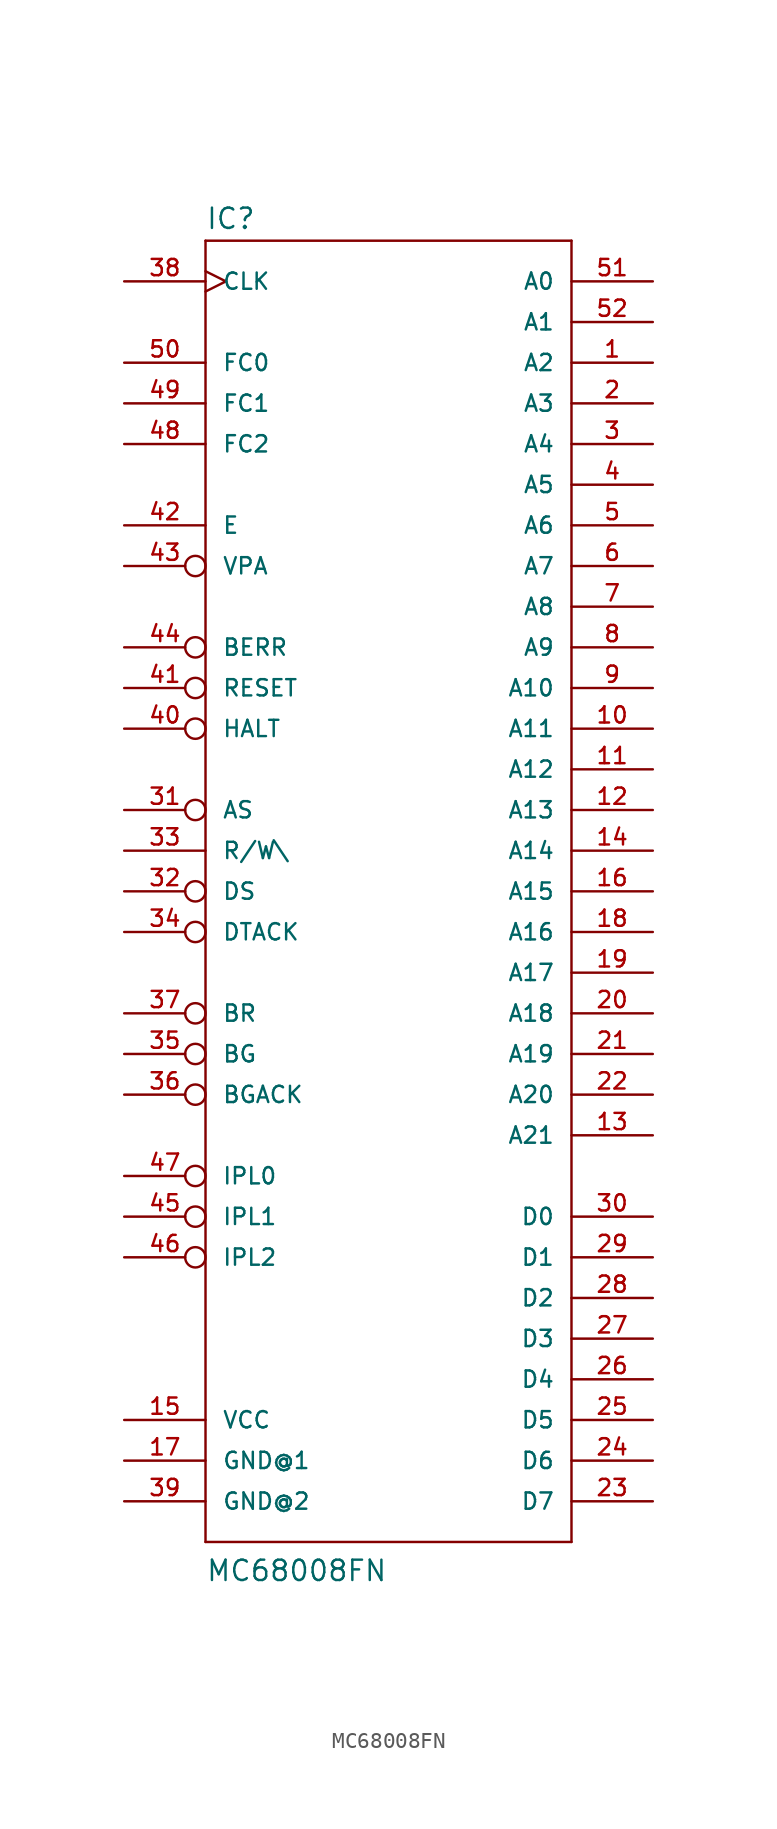
<source format=kicad_sym>
(kicad_symbol_lib
  (version 20220914)
  (generator kicad_symbol_editor)
  (symbol "MC68008FN"
    (pin_names
      (offset 1.016))
    (property "Reference" "IC"
      (at -15.24 41.275 0)
      (effects (font (size 1.27 1.27)) (justify left bottom)))
    (property "Value" "MC68008FN"
      (at -15.24 -43.18 0)
      (effects (font (size 1.27 1.27)) (justify left bottom)))
    (property "Footprint" ""
      (at 0 0 0)
      (effects (font (size 1.524 1.524))))
    (property "Datasheet" ""
      (at 0 0 0)
      (effects (font (size 1.524 1.524))))
    (property "ki_locked" ""
      (at 0 0 0)
      (effects (font (size 1.27 1.27))))
    (symbol "MC68008FN_1_0"
      (polyline (pts (xy -15.24 -40.64) (xy 7.62 -40.64)) (stroke (width 0) (type solid)) (fill (type none)))
      (polyline (pts (xy -15.24 40.64) (xy -15.24 -40.64)) (stroke (width 0) (type solid)) (fill (type none)))
      (polyline (pts (xy 7.62 -40.64) (xy 7.62 40.64)) (stroke (width 0) (type solid)) (fill (type none)))
      (polyline (pts (xy 7.62 40.64) (xy -15.24 40.64)) (stroke (width 0) (type solid)) (fill (type none))))
    (symbol "MC68008FN_1_1"
      (pin output line (at 12.7 33.02 180) (length 5.08) (name "A2" (effects (font (size 1.016 1.016)))) (number "1" (effects (font (size 1.016 1.016)))))
      (pin output line (at 12.7 10.16 180) (length 5.08) (name "A11" (effects (font (size 1.016 1.016)))) (number "10" (effects (font (size 1.016 1.016)))))
      (pin output line (at 12.7 7.62 180) (length 5.08) (name "A12" (effects (font (size 1.016 1.016)))) (number "11" (effects (font (size 1.016 1.016)))))
      (pin output line (at 12.7 5.08 180) (length 5.08) (name "A13" (effects (font (size 1.016 1.016)))) (number "12" (effects (font (size 1.016 1.016)))))
      (pin output line (at 12.7 -15.24 180) (length 5.08) (name "A21" (effects (font (size 1.016 1.016)))) (number "13" (effects (font (size 1.016 1.016)))))
      (pin output line (at 12.7 2.54 180) (length 5.08) (name "A14" (effects (font (size 1.016 1.016)))) (number "14" (effects (font (size 1.016 1.016)))))
      (pin power_in line (at -20.32 -33.02 0) (length 5.08) (name "VCC" (effects (font (size 1.016 1.016)))) (number "15" (effects (font (size 1.016 1.016)))))
      (pin output line (at 12.7 0 180) (length 5.08) (name "A15" (effects (font (size 1.016 1.016)))) (number "16" (effects (font (size 1.016 1.016)))))
      (pin power_in line (at -20.32 -35.56 0) (length 5.08) (name "GND@1" (effects (font (size 1.016 1.016)))) (number "17" (effects (font (size 1.016 1.016)))))
      (pin output line (at 12.7 -2.54 180) (length 5.08) (name "A16" (effects (font (size 1.016 1.016)))) (number "18" (effects (font (size 1.016 1.016)))))
      (pin output line (at 12.7 -5.08 180) (length 5.08) (name "A17" (effects (font (size 1.016 1.016)))) (number "19" (effects (font (size 1.016 1.016)))))
      (pin output line (at 12.7 30.48 180) (length 5.08) (name "A3" (effects (font (size 1.016 1.016)))) (number "2" (effects (font (size 1.016 1.016)))))
      (pin output line (at 12.7 -7.62 180) (length 5.08) (name "A18" (effects (font (size 1.016 1.016)))) (number "20" (effects (font (size 1.016 1.016)))))
      (pin output line (at 12.7 -10.16 180) (length 5.08) (name "A19" (effects (font (size 1.016 1.016)))) (number "21" (effects (font (size 1.016 1.016)))))
      (pin output line (at 12.7 -12.7 180) (length 5.08) (name "A20" (effects (font (size 1.016 1.016)))) (number "22" (effects (font (size 1.016 1.016)))))
      (pin bidirectional line (at 12.7 -38.1 180) (length 5.08) (name "D7" (effects (font (size 1.016 1.016)))) (number "23" (effects (font (size 1.016 1.016)))))
      (pin bidirectional line (at 12.7 -35.56 180) (length 5.08) (name "D6" (effects (font (size 1.016 1.016)))) (number "24" (effects (font (size 1.016 1.016)))))
      (pin bidirectional line (at 12.7 -33.02 180) (length 5.08) (name "D5" (effects (font (size 1.016 1.016)))) (number "25" (effects (font (size 1.016 1.016)))))
      (pin bidirectional line (at 12.7 -30.48 180) (length 5.08) (name "D4" (effects (font (size 1.016 1.016)))) (number "26" (effects (font (size 1.016 1.016)))))
      (pin bidirectional line (at 12.7 -27.94 180) (length 5.08) (name "D3" (effects (font (size 1.016 1.016)))) (number "27" (effects (font (size 1.016 1.016)))))
      (pin bidirectional line (at 12.7 -25.4 180) (length 5.08) (name "D2" (effects (font (size 1.016 1.016)))) (number "28" (effects (font (size 1.016 1.016)))))
      (pin bidirectional line (at 12.7 -22.86 180) (length 5.08) (name "D1" (effects (font (size 1.016 1.016)))) (number "29" (effects (font (size 1.016 1.016)))))
      (pin output line (at 12.7 27.94 180) (length 5.08) (name "A4" (effects (font (size 1.016 1.016)))) (number "3" (effects (font (size 1.016 1.016)))))
      (pin bidirectional line (at 12.7 -20.32 180) (length 5.08) (name "D0" (effects (font (size 1.016 1.016)))) (number "30" (effects (font (size 1.016 1.016)))))
      (pin output inverted (at -20.32 5.08 0) (length 5.08) (name "AS" (effects (font (size 1.016 1.016)))) (number "31" (effects (font (size 1.016 1.016)))))
      (pin output inverted (at -20.32 0 0) (length 5.08) (name "DS" (effects (font (size 1.016 1.016)))) (number "32" (effects (font (size 1.016 1.016)))))
      (pin output line (at -20.32 2.54 0) (length 5.08) (name "R/W\\" (effects (font (size 1.016 1.016)))) (number "33" (effects (font (size 1.016 1.016)))))
      (pin input inverted (at -20.32 -2.54 0) (length 5.08) (name "DTACK" (effects (font (size 1.016 1.016)))) (number "34" (effects (font (size 1.016 1.016)))))
      (pin output inverted (at -20.32 -10.16 0) (length 5.08) (name "BG" (effects (font (size 1.016 1.016)))) (number "35" (effects (font (size 1.016 1.016)))))
      (pin input inverted (at -20.32 -12.7 0) (length 5.08) (name "BGACK" (effects (font (size 1.016 1.016)))) (number "36" (effects (font (size 1.016 1.016)))))
      (pin input inverted (at -20.32 -7.62 0) (length 5.08) (name "BR" (effects (font (size 1.016 1.016)))) (number "37" (effects (font (size 1.016 1.016)))))
      (pin input clock (at -20.32 38.1 0) (length 5.08) (name "CLK" (effects (font (size 1.016 1.016)))) (number "38" (effects (font (size 1.016 1.016)))))
      (pin power_in line (at -20.32 -38.1 0) (length 5.08) (name "GND@2" (effects (font (size 1.016 1.016)))) (number "39" (effects (font (size 1.016 1.016)))))
      (pin output line (at 12.7 25.4 180) (length 5.08) (name "A5" (effects (font (size 1.016 1.016)))) (number "4" (effects (font (size 1.016 1.016)))))
      (pin bidirectional inverted (at -20.32 10.16 0) (length 5.08) (name "HALT" (effects (font (size 1.016 1.016)))) (number "40" (effects (font (size 1.016 1.016)))))
      (pin bidirectional inverted (at -20.32 12.7 0) (length 5.08) (name "RESET" (effects (font (size 1.016 1.016)))) (number "41" (effects (font (size 1.016 1.016)))))
      (pin output line (at -20.32 22.86 0) (length 5.08) (name "E" (effects (font (size 1.016 1.016)))) (number "42" (effects (font (size 1.016 1.016)))))
      (pin input inverted (at -20.32 20.32 0) (length 5.08) (name "VPA" (effects (font (size 1.016 1.016)))) (number "43" (effects (font (size 1.016 1.016)))))
      (pin input inverted (at -20.32 15.24 0) (length 5.08) (name "BERR" (effects (font (size 1.016 1.016)))) (number "44" (effects (font (size 1.016 1.016)))))
      (pin input inverted (at -20.32 -20.32 0) (length 5.08) (name "IPL1" (effects (font (size 1.016 1.016)))) (number "45" (effects (font (size 1.016 1.016)))))
      (pin input inverted (at -20.32 -22.86 0) (length 5.08) (name "IPL2" (effects (font (size 1.016 1.016)))) (number "46" (effects (font (size 1.016 1.016)))))
      (pin input inverted (at -20.32 -17.78 0) (length 5.08) (name "IPL0" (effects (font (size 1.016 1.016)))) (number "47" (effects (font (size 1.016 1.016)))))
      (pin output line (at -20.32 27.94 0) (length 5.08) (name "FC2" (effects (font (size 1.016 1.016)))) (number "48" (effects (font (size 1.016 1.016)))))
      (pin output line (at -20.32 30.48 0) (length 5.08) (name "FC1" (effects (font (size 1.016 1.016)))) (number "49" (effects (font (size 1.016 1.016)))))
      (pin output line (at 12.7 22.86 180) (length 5.08) (name "A6" (effects (font (size 1.016 1.016)))) (number "5" (effects (font (size 1.016 1.016)))))
      (pin output line (at -20.32 33.02 0) (length 5.08) (name "FC0" (effects (font (size 1.016 1.016)))) (number "50" (effects (font (size 1.016 1.016)))))
      (pin output line (at 12.7 38.1 180) (length 5.08) (name "A0" (effects (font (size 1.016 1.016)))) (number "51" (effects (font (size 1.016 1.016)))))
      (pin output line (at 12.7 35.56 180) (length 5.08) (name "A1" (effects (font (size 1.016 1.016)))) (number "52" (effects (font (size 1.016 1.016)))))
      (pin output line (at 12.7 20.32 180) (length 5.08) (name "A7" (effects (font (size 1.016 1.016)))) (number "6" (effects (font (size 1.016 1.016)))))
      (pin output line (at 12.7 17.78 180) (length 5.08) (name "A8" (effects (font (size 1.016 1.016)))) (number "7" (effects (font (size 1.016 1.016)))))
      (pin output line (at 12.7 15.24 180) (length 5.08) (name "A9" (effects (font (size 1.016 1.016)))) (number "8" (effects (font (size 1.016 1.016)))))
      (pin output line (at 12.7 12.7 180) (length 5.08) (name "A10" (effects (font (size 1.016 1.016)))) (number "9" (effects (font (size 1.016 1.016))))))))
</source>
